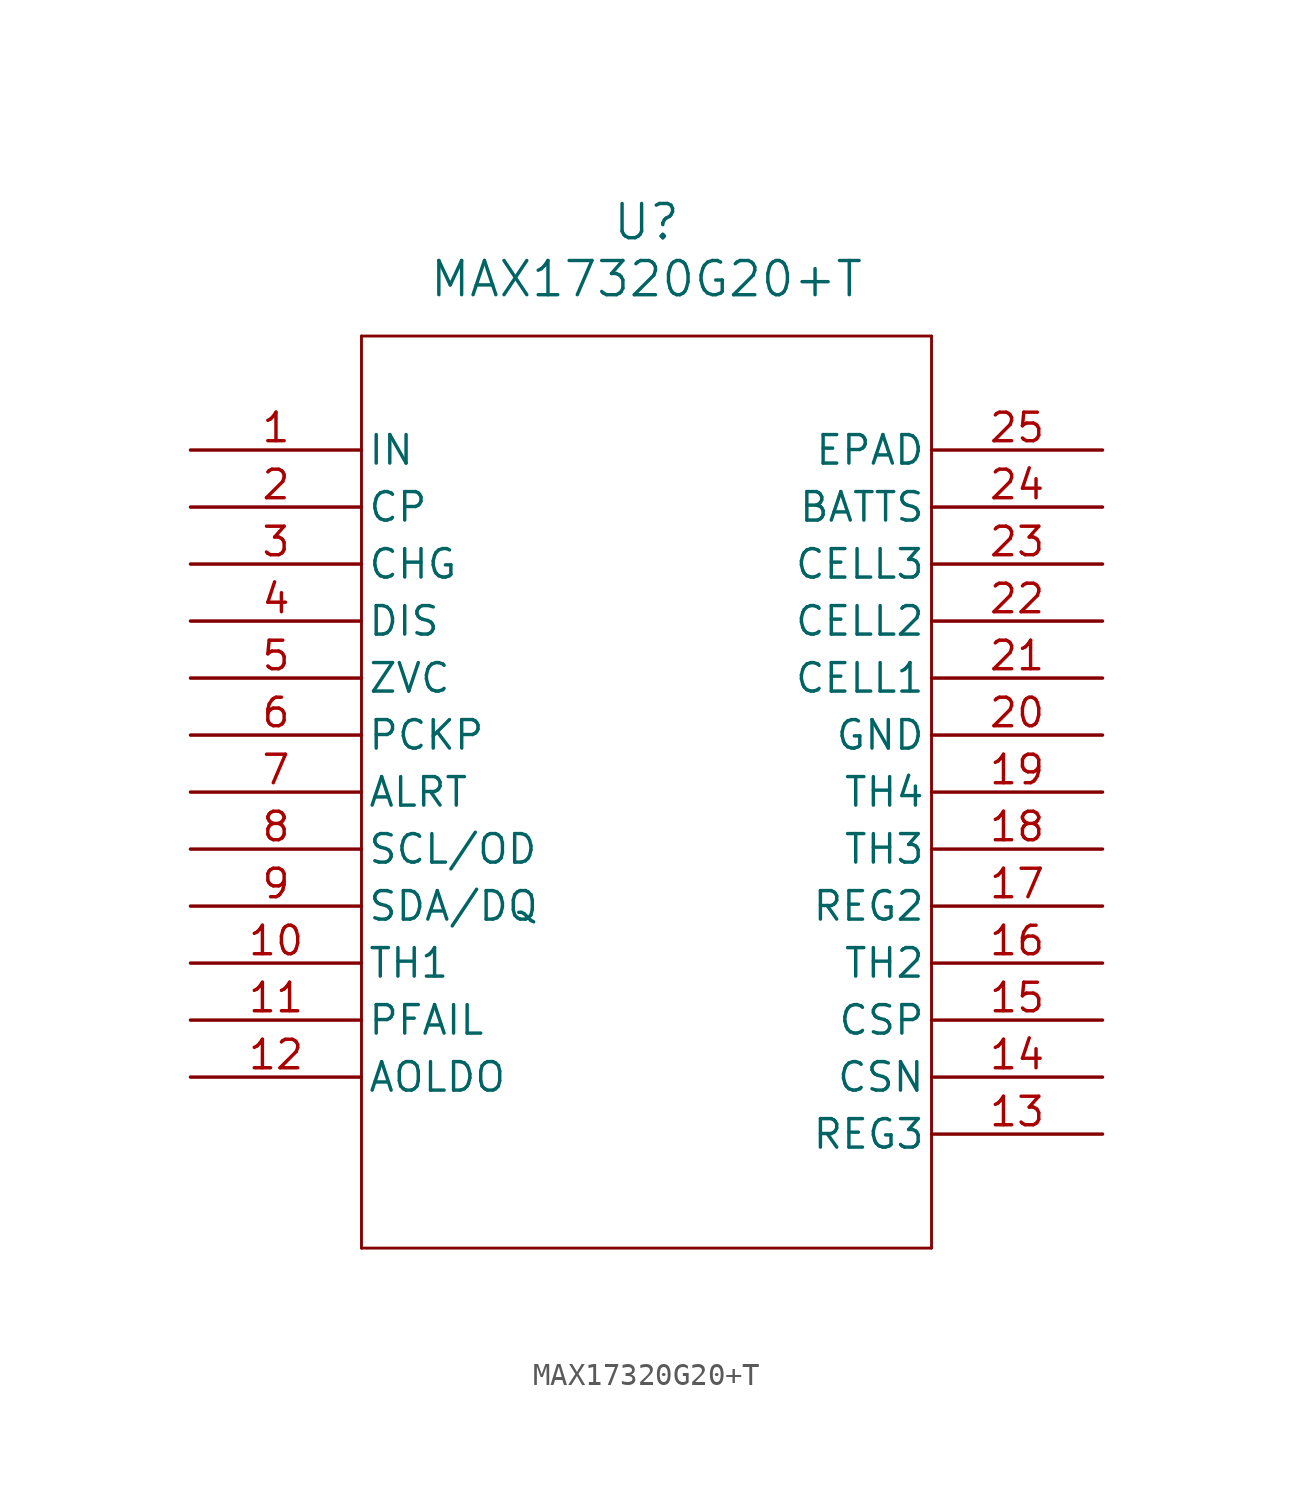
<source format=kicad_sym>
(kicad_symbol_lib
  (version 20211014)
  (generator kicad_symbol_editor)
  (symbol "MAX17320G20+T"
    (pin_names
      (offset 0.254))
    (property "Reference" "U"
      (at 20.32 10.16 0)
      (effects (font (size 1.524 1.524))))
    (property "Value" "MAX17320G20+T"
      (at 20.32 7.62 0)
      (effects (font (size 1.524 1.524))))
    (symbol "MAX17320G20+T_0_1"
      (polyline (pts (xy 7.62 5.08) (xy 7.62 -35.56)) (stroke (width 0.127) (type default) (color 0 0 0 0)) (fill (type none)))
      (polyline (pts (xy 7.62 -35.56) (xy 33.02 -35.56)) (stroke (width 0.127) (type default) (color 0 0 0 0)) (fill (type none)))
      (polyline (pts (xy 33.02 -35.56) (xy 33.02 5.08)) (stroke (width 0.127) (type default) (color 0 0 0 0)) (fill (type none)))
      (polyline (pts (xy 33.02 5.08) (xy 7.62 5.08)) (stroke (width 0.127) (type default) (color 0 0 0 0)) (fill (type none)))
      (pin input line (at 0 0 0) (length 7.62) (name "IN" (effects (font (size 1.27 1.27)))) (number "1" (effects (font (size 1.27 1.27)))))
      (pin output line (at 0 -2.54 0) (length 7.62) (name "CP" (effects (font (size 1.27 1.27)))) (number "2" (effects (font (size 1.27 1.27)))))
      (pin unspecified line (at 0 -5.08 0) (length 7.62) (name "CHG" (effects (font (size 1.27 1.27)))) (number "3" (effects (font (size 1.27 1.27)))))
      (pin unspecified line (at 0 -7.62 0) (length 7.62) (name "DIS" (effects (font (size 1.27 1.27)))) (number "4" (effects (font (size 1.27 1.27)))))
      (pin unspecified line (at 0 -10.16 0) (length 7.62) (name "ZVC" (effects (font (size 1.27 1.27)))) (number "5" (effects (font (size 1.27 1.27)))))
      (pin unspecified line (at 0 -12.7 0) (length 7.62) (name "PCKP" (effects (font (size 1.27 1.27)))) (number "6" (effects (font (size 1.27 1.27)))))
      (pin output line (at 0 -15.24 0) (length 7.62) (name "ALRT" (effects (font (size 1.27 1.27)))) (number "7" (effects (font (size 1.27 1.27)))))
      (pin input line (at 0 -17.78 0) (length 7.62) (name "SCL/OD" (effects (font (size 1.27 1.27)))) (number "8" (effects (font (size 1.27 1.27)))))
      (pin bidirectional line (at 0 -20.32 0) (length 7.62) (name "SDA/DQ" (effects (font (size 1.27 1.27)))) (number "9" (effects (font (size 1.27 1.27)))))
      (pin input line (at 0 -22.86 0) (length 7.62) (name "TH1" (effects (font (size 1.27 1.27)))) (number "10" (effects (font (size 1.27 1.27)))))
      (pin unspecified line (at 0 -25.4 0) (length 7.62) (name "PFAIL" (effects (font (size 1.27 1.27)))) (number "11" (effects (font (size 1.27 1.27)))))
      (pin unspecified line (at 0 -27.94 0) (length 7.62) (name "AOLDO" (effects (font (size 1.27 1.27)))) (number "12" (effects (font (size 1.27 1.27)))))
      (pin output line (at 40.64 -30.48 180) (length 7.62) (name "REG3" (effects (font (size 1.27 1.27)))) (number "13" (effects (font (size 1.27 1.27)))))
      (pin unspecified line (at 40.64 -27.94 180) (length 7.62) (name "CSN" (effects (font (size 1.27 1.27)))) (number "14" (effects (font (size 1.27 1.27)))))
      (pin unspecified line (at 40.64 -25.4 180) (length 7.62) (name "CSP" (effects (font (size 1.27 1.27)))) (number "15" (effects (font (size 1.27 1.27)))))
      (pin input line (at 40.64 -22.86 180) (length 7.62) (name "TH2" (effects (font (size 1.27 1.27)))) (number "16" (effects (font (size 1.27 1.27)))))
      (pin output line (at 40.64 -20.32 180) (length 7.62) (name "REG2" (effects (font (size 1.27 1.27)))) (number "17" (effects (font (size 1.27 1.27)))))
      (pin input line (at 40.64 -17.78 180) (length 7.62) (name "TH3" (effects (font (size 1.27 1.27)))) (number "18" (effects (font (size 1.27 1.27)))))
      (pin input line (at 40.64 -15.24 180) (length 7.62) (name "TH4" (effects (font (size 1.27 1.27)))) (number "19" (effects (font (size 1.27 1.27)))))
      (pin power_in line (at 40.64 -12.7 180) (length 7.62) (name "GND" (effects (font (size 1.27 1.27)))) (number "20" (effects (font (size 1.27 1.27)))))
      (pin unspecified line (at 40.64 -10.16 180) (length 7.62) (name "CELL1" (effects (font (size 1.27 1.27)))) (number "21" (effects (font (size 1.27 1.27)))))
      (pin unspecified line (at 40.64 -7.62 180) (length 7.62) (name "CELL2" (effects (font (size 1.27 1.27)))) (number "22" (effects (font (size 1.27 1.27)))))
      (pin unspecified line (at 40.64 -5.08 180) (length 7.62) (name "CELL3" (effects (font (size 1.27 1.27)))) (number "23" (effects (font (size 1.27 1.27)))))
      (pin unspecified line (at 40.64 -2.54 180) (length 7.62) (name "BATTS" (effects (font (size 1.27 1.27)))) (number "24" (effects (font (size 1.27 1.27)))))
      (pin power_in line (at 40.64 0 180) (length 7.62) (name "EPAD" (effects (font (size 1.27 1.27)))) (number "25" (effects (font (size 1.27 1.27))))))))
</source>
